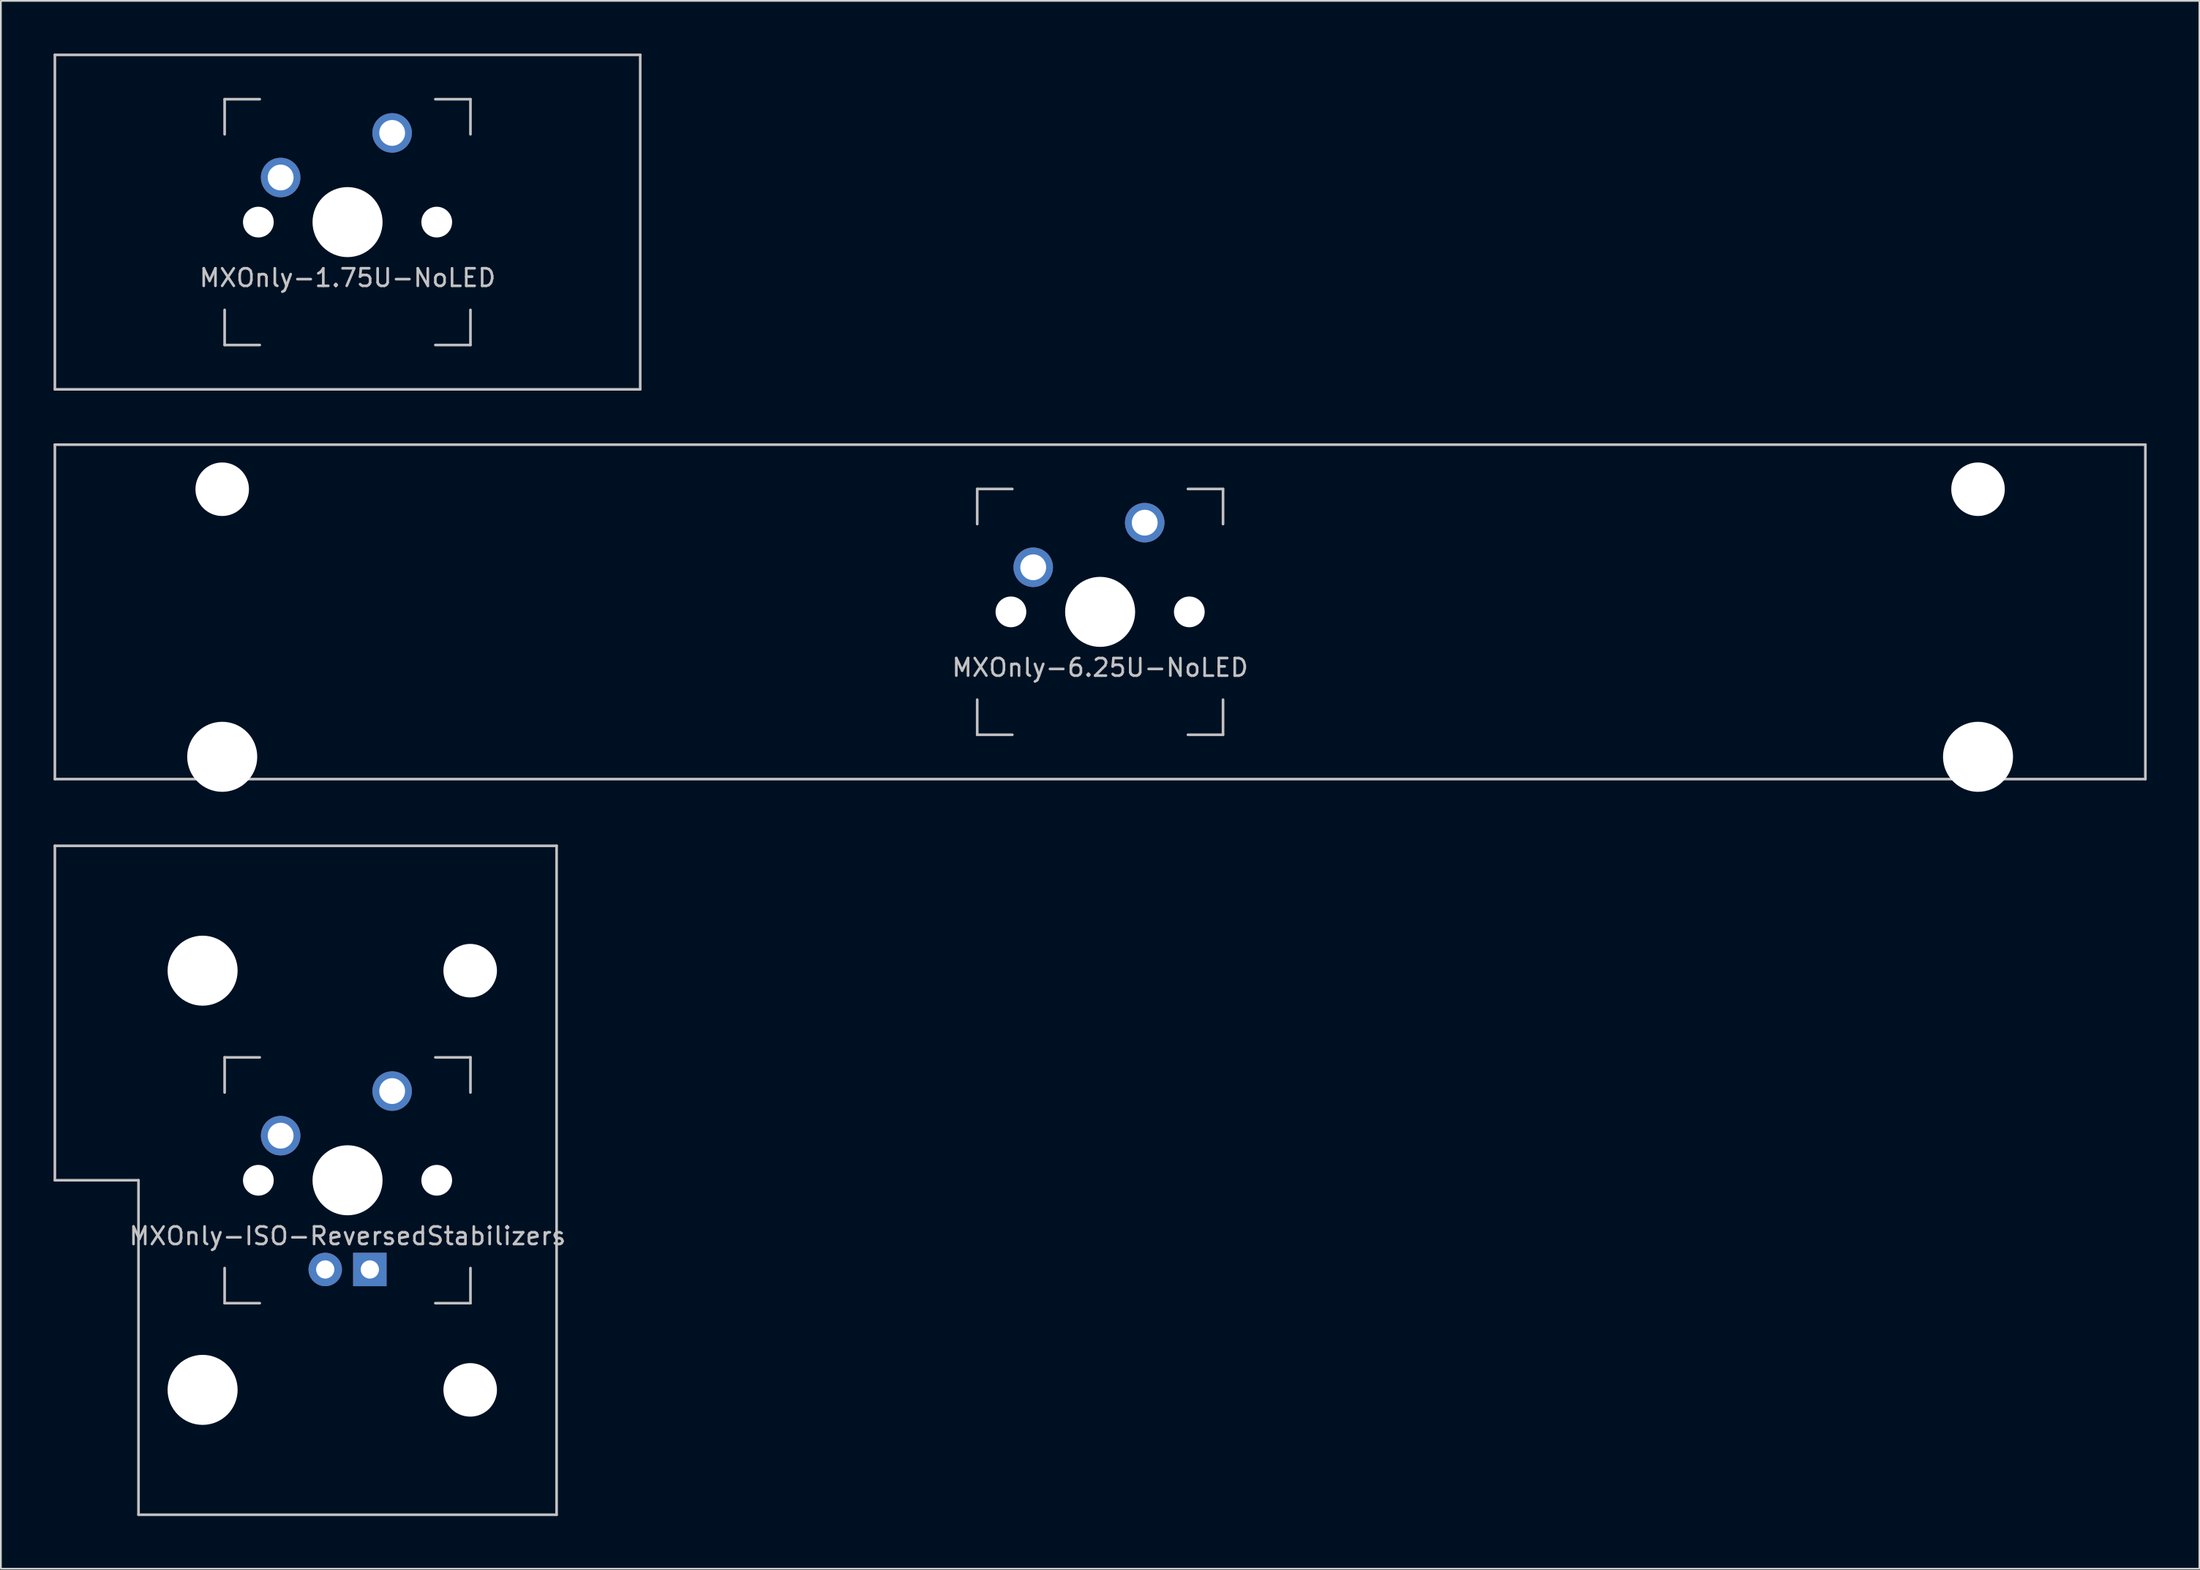
<source format=kicad_pcb>
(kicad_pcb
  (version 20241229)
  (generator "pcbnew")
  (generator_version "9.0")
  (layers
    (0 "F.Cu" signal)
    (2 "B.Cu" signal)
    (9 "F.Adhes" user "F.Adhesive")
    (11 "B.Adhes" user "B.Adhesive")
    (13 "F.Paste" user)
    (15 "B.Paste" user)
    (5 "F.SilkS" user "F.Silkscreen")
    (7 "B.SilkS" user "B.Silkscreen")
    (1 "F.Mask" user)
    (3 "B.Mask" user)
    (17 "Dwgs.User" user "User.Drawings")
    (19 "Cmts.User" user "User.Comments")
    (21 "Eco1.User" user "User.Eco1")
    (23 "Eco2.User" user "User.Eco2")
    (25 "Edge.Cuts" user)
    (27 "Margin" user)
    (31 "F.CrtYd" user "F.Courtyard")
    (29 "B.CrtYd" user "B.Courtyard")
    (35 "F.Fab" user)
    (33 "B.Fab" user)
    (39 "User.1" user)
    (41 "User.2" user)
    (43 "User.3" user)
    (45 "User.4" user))
  (footprint "MXOnly-6.25U-NoLED"
    (layer "F.Cu")
    (at 59.606 31.8)
    (property "Reference" "MXOnly-6.25U-NoLED" (at 0 3.175 0) (layer "Dwgs.User") (effects (font (size 1 1) (thickness 0.15))))
    (attr through_hole)
    (fp_line (start -59.531 -9.525) (end 59.531 -9.525) (stroke (width 0.15) (type solid)) (layer "Dwgs.User"))
    (fp_line (start -59.531 9.525) (end -59.531 -9.525) (stroke (width 0.15) (type solid)) (layer "Dwgs.User"))
    (fp_line (start -59.531 9.525) (end 59.531 9.525) (stroke (width 0.15) (type solid)) (layer "Dwgs.User"))
    (fp_line (start -7 -7) (end -7 -5) (stroke (width 0.15) (type solid)) (layer "Dwgs.User"))
    (fp_line (start -7 5) (end -7 7) (stroke (width 0.15) (type solid)) (layer "Dwgs.User"))
    (fp_line (start -7 7) (end -5 7) (stroke (width 0.15) (type solid)) (layer "Dwgs.User"))
    (fp_line (start -5 -7) (end -7 -7) (stroke (width 0.15) (type solid)) (layer "Dwgs.User"))
    (fp_line (start 5 -7) (end 7 -7) (stroke (width 0.15) (type solid)) (layer "Dwgs.User"))
    (fp_line (start 5 7) (end 7 7) (stroke (width 0.15) (type solid)) (layer "Dwgs.User"))
    (fp_line (start 7 -7) (end 7 -5) (stroke (width 0.15) (type solid)) (layer "Dwgs.User"))
    (fp_line (start 7 7) (end 7 5) (stroke (width 0.15) (type solid)) (layer "Dwgs.User"))
    (fp_line (start 59.531 -9.525) (end 59.531 9.525) (stroke (width 0.15) (type solid)) (layer "Dwgs.User"))
    (pad "" np_thru_hole circle (at -50 -6.985) (size 3.048 3.048) (drill 3.048) (layers "*.Cu" "*.Mask"))
    (pad "" np_thru_hole circle (at -50 8.255) (size 3.988 3.988) (drill 3.988) (layers "*.Cu" "*.Mask"))
    (pad "" np_thru_hole circle (at -5.08 0 48.1) (size 1.75 1.75) (drill 1.75) (layers "*.Cu" "*.Mask"))
    (pad "" np_thru_hole circle (at 0 0) (size 3.988 3.988) (drill 3.988) (layers "*.Cu" "*.Mask"))
    (pad "" np_thru_hole circle (at 5.08 0 48.1) (size 1.75 1.75) (drill 1.75) (layers "*.Cu" "*.Mask"))
    (pad "" np_thru_hole circle (at 50 -6.985) (size 3.048 3.048) (drill 3.048) (layers "*.Cu" "*.Mask"))
    (pad "" np_thru_hole circle (at 50 8.255) (size 3.988 3.988) (drill 3.988) (layers "*.Cu" "*.Mask"))
    (pad "1" thru_hole circle (at -3.81 -2.54) (size 2.25 2.25) (drill 1.47) (layers "*.Cu" "B.Mask"))
    (pad "2" thru_hole circle (at 2.54 -5.08) (size 2.25 2.25) (drill 1.47) (layers "*.Cu" "B.Mask")))
  (footprint "MXOnly-ISO-ReversedStabilizers"
    (layer "F.Cu")
    (at 16.744 64.174)
    (property "Reference" "MXOnly-ISO-ReversedStabilizers" (at 0 3.175 0) (layer "Dwgs.User") (effects (font (size 1 1) (thickness 0.15))))
    (attr through_hole)
    (fp_line (start -16.669 -19.05) (end -16.669 0) (stroke (width 0.15) (type solid)) (layer "Dwgs.User"))
    (fp_line (start -16.669 -19.05) (end 11.906 -19.05) (stroke (width 0.15) (type solid)) (layer "Dwgs.User"))
    (fp_line (start -11.906 0) (end -16.669 0) (stroke (width 0.15) (type solid)) (layer "Dwgs.User"))
    (fp_line (start -11.906 19.05) (end -11.906 0) (stroke (width 0.15) (type solid)) (layer "Dwgs.User"))
    (fp_line (start -11.906 19.05) (end 11.906 19.05) (stroke (width 0.15) (type solid)) (layer "Dwgs.User"))
    (fp_line (start -7 -7) (end -7 -5) (stroke (width 0.15) (type solid)) (layer "Dwgs.User"))
    (fp_line (start -7 5) (end -7 7) (stroke (width 0.15) (type solid)) (layer "Dwgs.User"))
    (fp_line (start -7 7) (end -5 7) (stroke (width 0.15) (type solid)) (layer "Dwgs.User"))
    (fp_line (start -5 -7) (end -7 -7) (stroke (width 0.15) (type solid)) (layer "Dwgs.User"))
    (fp_line (start 5 -7) (end 7 -7) (stroke (width 0.15) (type solid)) (layer "Dwgs.User"))
    (fp_line (start 5 7) (end 7 7) (stroke (width 0.15) (type solid)) (layer "Dwgs.User"))
    (fp_line (start 7 -7) (end 7 -5) (stroke (width 0.15) (type solid)) (layer "Dwgs.User"))
    (fp_line (start 7 7) (end 7 5) (stroke (width 0.15) (type solid)) (layer "Dwgs.User"))
    (fp_line (start 11.906 -19.05) (end 11.906 19.05) (stroke (width 0.15) (type solid)) (layer "Dwgs.User"))
    (pad "" np_thru_hole circle (at -8.255 -11.938) (size 3.988 3.988) (drill 3.988) (layers "*.Cu" "*.Mask"))
    (pad "" np_thru_hole circle (at -8.255 11.938) (size 3.988 3.988) (drill 3.988) (layers "*.Cu" "*.Mask"))
    (pad "" np_thru_hole circle (at -5.08 0 48.1) (size 1.75 1.75) (drill 1.75) (layers "*.Cu" "*.Mask"))
    (pad "" np_thru_hole circle (at 0 0) (size 3.988 3.988) (drill 3.988) (layers "*.Cu" "*.Mask"))
    (pad "" np_thru_hole circle (at 5.08 0 48.1) (size 1.75 1.75) (drill 1.75) (layers "*.Cu" "*.Mask"))
    (pad "" np_thru_hole circle (at 6.985 -11.938) (size 3.048 3.048) (drill 3.048) (layers "*.Cu" "*.Mask"))
    (pad "" np_thru_hole circle (at 6.985 11.938) (size 3.048 3.048) (drill 3.048) (layers "*.Cu" "*.Mask"))
    (pad "1" thru_hole circle (at -3.81 -2.54) (size 2.25 2.25) (drill 1.47) (layers "*.Cu" "B.Mask"))
    (pad "2" thru_hole circle (at 2.54 -5.08) (size 2.25 2.25) (drill 1.47) (layers "*.Cu" "B.Mask"))
    (pad "3" thru_hole circle (at -1.27 5.08) (size 1.905 1.905) (drill 1.04) (layers "*.Cu" "B.Mask"))
    (pad "4" thru_hole rect (at 1.27 5.08) (size 1.905 1.905) (drill 1.04) (layers "*.Cu" "B.Mask")))
  (footprint "MXOnly-1.75U-NoLED"
    (layer "F.Cu")
    (at 16.744 9.6)
    (property "Reference" "MXOnly-1.75U-NoLED" (at 0 3.175 0) (layer "Dwgs.User") (effects (font (size 1 1) (thickness 0.15))))
    (attr through_hole)
    (fp_line (start -16.669 -9.525) (end 16.669 -9.525) (stroke (width 0.15) (type solid)) (layer "Dwgs.User"))
    (fp_line (start -16.669 9.525) (end -16.669 -9.525) (stroke (width 0.15) (type solid)) (layer "Dwgs.User"))
    (fp_line (start -16.669 9.525) (end 16.669 9.525) (stroke (width 0.15) (type solid)) (layer "Dwgs.User"))
    (fp_line (start -7 -7) (end -7 -5) (stroke (width 0.15) (type solid)) (layer "Dwgs.User"))
    (fp_line (start -7 5) (end -7 7) (stroke (width 0.15) (type solid)) (layer "Dwgs.User"))
    (fp_line (start -7 7) (end -5 7) (stroke (width 0.15) (type solid)) (layer "Dwgs.User"))
    (fp_line (start -5 -7) (end -7 -7) (stroke (width 0.15) (type solid)) (layer "Dwgs.User"))
    (fp_line (start 5 -7) (end 7 -7) (stroke (width 0.15) (type solid)) (layer "Dwgs.User"))
    (fp_line (start 5 7) (end 7 7) (stroke (width 0.15) (type solid)) (layer "Dwgs.User"))
    (fp_line (start 7 -7) (end 7 -5) (stroke (width 0.15) (type solid)) (layer "Dwgs.User"))
    (fp_line (start 7 7) (end 7 5) (stroke (width 0.15) (type solid)) (layer "Dwgs.User"))
    (fp_line (start 16.669 -9.525) (end 16.669 9.525) (stroke (width 0.15) (type solid)) (layer "Dwgs.User"))
    (pad "" np_thru_hole circle (at -5.08 0 48.1) (size 1.75 1.75) (drill 1.75) (layers "*.Cu" "*.Mask"))
    (pad "" np_thru_hole circle (at 0 0) (size 3.988 3.988) (drill 3.988) (layers "*.Cu" "*.Mask"))
    (pad "" np_thru_hole circle (at 5.08 0 48.1) (size 1.75 1.75) (drill 1.75) (layers "*.Cu" "*.Mask"))
    (pad "1" thru_hole circle (at -3.81 -2.54) (size 2.25 2.25) (drill 1.47) (layers "*.Cu" "B.Mask"))
    (pad "2" thru_hole circle (at 2.54 -5.08) (size 2.25 2.25) (drill 1.47) (layers "*.Cu" "B.Mask")))
  (gr_rect
    (start -3 -3)
    (end 122.213 86.299)
    (stroke (width 0.1) (type default))
    (fill no)
    (layer "Edge.Cuts")))
</source>
